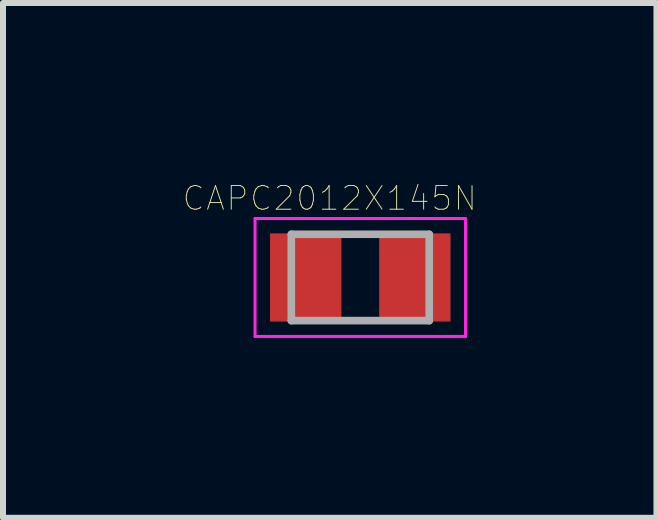
<source format=kicad_pcb>
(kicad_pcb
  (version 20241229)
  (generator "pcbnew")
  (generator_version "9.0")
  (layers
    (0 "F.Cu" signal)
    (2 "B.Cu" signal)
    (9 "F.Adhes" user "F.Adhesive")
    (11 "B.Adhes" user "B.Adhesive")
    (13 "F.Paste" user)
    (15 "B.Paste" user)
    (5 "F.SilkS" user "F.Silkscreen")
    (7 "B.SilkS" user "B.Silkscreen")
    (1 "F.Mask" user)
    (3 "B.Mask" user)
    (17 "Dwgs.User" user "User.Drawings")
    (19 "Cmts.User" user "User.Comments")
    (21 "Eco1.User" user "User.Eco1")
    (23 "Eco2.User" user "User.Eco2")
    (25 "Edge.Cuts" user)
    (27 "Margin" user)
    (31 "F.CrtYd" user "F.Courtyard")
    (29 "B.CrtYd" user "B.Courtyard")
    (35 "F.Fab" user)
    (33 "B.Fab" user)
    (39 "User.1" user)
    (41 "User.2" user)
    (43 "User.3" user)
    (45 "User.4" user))
  (footprint "CAPC2012X145N"
    (layer "F.Cu")
    (at 2.958 1.577)
    (property "Reference" "CAPC2012X145N" (at -0.51 -1.32 0) (layer "F.SilkS") (effects (font (size 0.394 0.394) (thickness 0.015))))
    (attr through_hole)
    (fp_line (start -1.755 -0.983) (end 1.755 -0.983) (stroke (width 0.05) (type solid)) (layer "F.CrtYd"))
    (fp_line (start -1.755 0.983) (end -1.755 -0.983) (stroke (width 0.05) (type solid)) (layer "F.CrtYd"))
    (fp_line (start -1.755 0.983) (end 1.755 0.983) (stroke (width 0.05) (type solid)) (layer "F.CrtYd"))
    (fp_line (start 1.755 0.983) (end 1.755 -0.983) (stroke (width 0.05) (type solid)) (layer "F.CrtYd"))
    (fp_line (start -1.15 0.72) (end -1.15 -0.72) (stroke (width 0.127) (type solid)) (layer "F.Fab"))
    (fp_line (start 1.15 -0.72) (end -1.15 -0.72) (stroke (width 0.127) (type solid)) (layer "F.Fab"))
    (fp_line (start 1.15 0.72) (end -1.15 0.72) (stroke (width 0.127) (type solid)) (layer "F.Fab"))
    (fp_line (start 1.15 0.72) (end 1.15 -0.72) (stroke (width 0.127) (type solid)) (layer "F.Fab"))
    (pad "1" smd rect (at -0.91 0) (size 1.19 1.47) (layers "F.Cu" "F.Mask" "F.Paste"))
    (pad "2" smd rect (at 0.91 0) (size 1.19 1.47) (layers "F.Cu" "F.Mask" "F.Paste")))
  (gr_rect
    (start -3 -3)
    (end 7.897 5.585)
    (stroke (width 0.1) (type default))
    (fill no)
    (layer "Edge.Cuts")))
</source>
